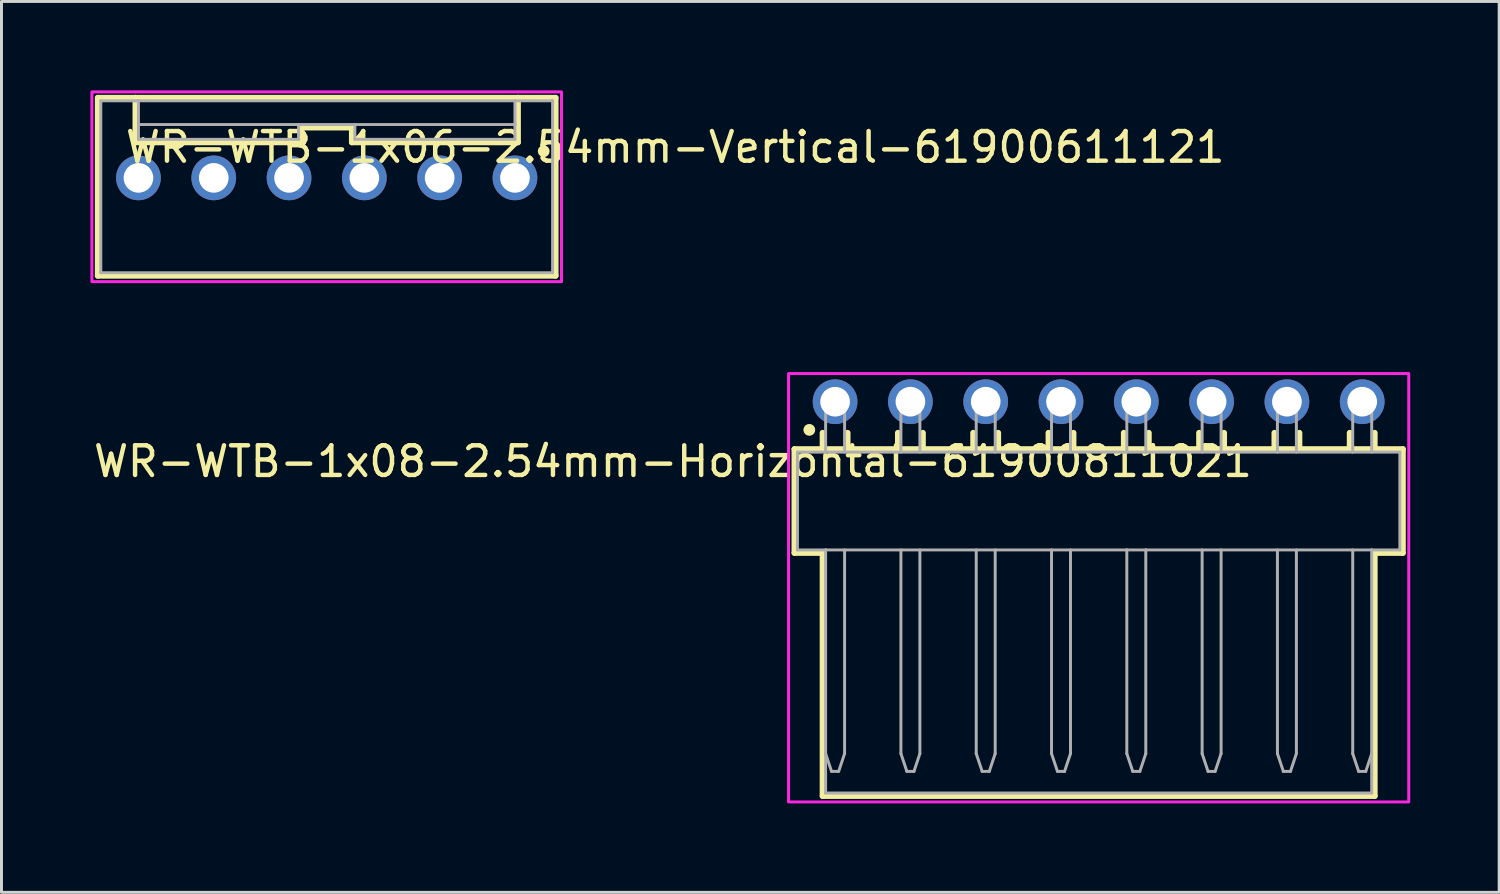
<source format=kicad_pcb>
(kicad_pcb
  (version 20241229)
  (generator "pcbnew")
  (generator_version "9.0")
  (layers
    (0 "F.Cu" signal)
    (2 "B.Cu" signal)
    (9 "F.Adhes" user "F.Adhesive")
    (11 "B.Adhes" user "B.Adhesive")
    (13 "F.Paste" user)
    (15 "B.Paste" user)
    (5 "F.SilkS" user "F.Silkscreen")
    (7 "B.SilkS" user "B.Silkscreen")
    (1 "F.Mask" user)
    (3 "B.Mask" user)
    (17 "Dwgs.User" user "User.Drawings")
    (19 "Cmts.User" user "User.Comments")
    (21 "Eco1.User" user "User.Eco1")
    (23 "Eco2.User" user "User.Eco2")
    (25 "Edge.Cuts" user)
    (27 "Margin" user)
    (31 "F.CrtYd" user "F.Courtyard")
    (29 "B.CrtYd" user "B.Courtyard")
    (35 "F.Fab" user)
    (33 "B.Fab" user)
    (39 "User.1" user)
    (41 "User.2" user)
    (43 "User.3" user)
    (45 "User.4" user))
  (footprint "WR-WTB-1x06-2.54mm-Vertical-61900611121"
    (layer "F.Cu")
    (at 7.97 3.25)
    (property "Reference" "WR-WTB-1x06-2.54mm-Vertical-61900611121" (at 11.755 -1.335 0) (layer "F.SilkS") (effects (font (size 1 1) (thickness 0.15))))
    (attr through_hole)
    (fp_line (start -7.72 -3) (end -6.45 -3) (stroke (width 0.2) (type solid)) (layer "F.SilkS"))
    (fp_line (start -7.72 3) (end -7.72 -3) (stroke (width 0.2) (type solid)) (layer "F.SilkS"))
    (fp_line (start -6.45 -3) (end -6.45 -1.5) (stroke (width 0.2) (type solid)) (layer "F.SilkS"))
    (fp_line (start -6.45 -3) (end 6.45 -3) (stroke (width 0.2) (type solid)) (layer "F.SilkS"))
    (fp_line (start -6.45 -1.5) (end -0.85 -1.5) (stroke (width 0.2) (type solid)) (layer "F.SilkS"))
    (fp_line (start -0.85 -2) (end -0.85 -1.5) (stroke (width 0.2) (type solid)) (layer "F.SilkS"))
    (fp_line (start -0.85 -2) (end 0.85 -2) (stroke (width 0.2) (type solid)) (layer "F.SilkS"))
    (fp_line (start 0.85 -2) (end 0.85 -1.5) (stroke (width 0.2) (type solid)) (layer "F.SilkS"))
    (fp_line (start 0.85 -1.5) (end 6.45 -1.5) (stroke (width 0.2) (type solid)) (layer "F.SilkS"))
    (fp_line (start 6.45 -3) (end 7.72 -3) (stroke (width 0.2) (type solid)) (layer "F.SilkS"))
    (fp_line (start 6.45 -1.5) (end 6.45 -3) (stroke (width 0.2) (type solid)) (layer "F.SilkS"))
    (fp_line (start 7.72 -3) (end 7.72 3) (stroke (width 0.2) (type solid)) (layer "F.SilkS"))
    (fp_line (start 7.72 3) (end -7.72 3) (stroke (width 0.2) (type solid)) (layer "F.SilkS"))
    (fp_circle (center 7.32 -1.2) (end 7.42 -1.2) (stroke (width 0.2) (type solid)) (fill no) (layer "F.SilkS"))
    (fp_poly (pts (xy -7.92 -3.2) (xy 7.92 -3.2) (xy 7.92 3.2) (xy -7.92 3.2)) (stroke (width 0.1) (type solid)) (fill no) (layer "F.CrtYd"))
    (fp_line (start -7.62 -2.9) (end -6.35 -2.9) (stroke (width 0.1) (type solid)) (layer "F.Fab"))
    (fp_line (start -7.62 2.9) (end -7.62 -2.9) (stroke (width 0.1) (type solid)) (layer "F.Fab"))
    (fp_line (start -6.35 -2.9) (end -6.35 -2.1) (stroke (width 0.1) (type solid)) (layer "F.Fab"))
    (fp_line (start -6.35 -2.9) (end 6.35 -2.9) (stroke (width 0.1) (type solid)) (layer "F.Fab"))
    (fp_line (start -6.35 -2.1) (end -0.95 -2.1) (stroke (width 0.1) (type solid)) (layer "F.Fab"))
    (fp_line (start -6.35 -1.6) (end -6.35 -2.1) (stroke (width 0.1) (type solid)) (layer "F.Fab"))
    (fp_line (start -0.95 -2.1) (end -0.95 -1.6) (stroke (width 0.1) (type solid)) (layer "F.Fab"))
    (fp_line (start -0.95 -2.1) (end 0.95 -2.1) (stroke (width 0.1) (type solid)) (layer "F.Fab"))
    (fp_line (start -0.95 -1.6) (end -6.35 -1.6) (stroke (width 0.1) (type solid)) (layer "F.Fab"))
    (fp_line (start 0.95 -2.1) (end 0.95 -1.6) (stroke (width 0.1) (type solid)) (layer "F.Fab"))
    (fp_line (start 0.95 -2.1) (end 6.35 -2.1) (stroke (width 0.1) (type solid)) (layer "F.Fab"))
    (fp_line (start 0.95 -1.6) (end 6.35 -1.6) (stroke (width 0.1) (type solid)) (layer "F.Fab"))
    (fp_line (start 6.35 -2.9) (end 7.62 -2.9) (stroke (width 0.1) (type solid)) (layer "F.Fab"))
    (fp_line (start 6.35 -2.1) (end 6.35 -2.9) (stroke (width 0.1) (type solid)) (layer "F.Fab"))
    (fp_line (start 6.35 -1.6) (end 6.35 -2.1) (stroke (width 0.1) (type solid)) (layer "F.Fab"))
    (fp_line (start 7.62 -2.9) (end 7.62 2.9) (stroke (width 0.1) (type solid)) (layer "F.Fab"))
    (fp_line (start 7.62 2.9) (end -7.62 2.9) (stroke (width 0.1) (type solid)) (layer "F.Fab"))
    (pad "1" thru_hole circle (at 6.35 -0.3) (size 1.508 1.508) (drill 1) (layers "*.Cu" "*.Mask"))
    (pad "2" thru_hole circle (at 3.81 -0.3) (size 1.508 1.508) (drill 1) (layers "*.Cu" "*.Mask"))
    (pad "3" thru_hole circle (at 1.27 -0.3) (size 1.508 1.508) (drill 1) (layers "*.Cu" "*.Mask"))
    (pad "4" thru_hole circle (at -1.27 -0.3) (size 1.508 1.508) (drill 1) (layers "*.Cu" "*.Mask"))
    (pad "5" thru_hole circle (at -3.81 -0.3) (size 1.508 1.508) (drill 1) (layers "*.Cu" "*.Mask"))
    (pad "6" thru_hole circle (at -6.35 -0.3) (size 1.508 1.508) (drill 1) (layers "*.Cu" "*.Mask")))
  (footprint "WR-WTB-1x08-2.54mm-Horizontal-61900811021"
    (layer "F.Cu")
    (at 34.009 13.85)
    (property "Reference" "WR-WTB-1x08-2.54mm-Horizontal-61900811021" (at -14.36 -1.335 0) (layer "F.SilkS") (effects (font (size 1 1) (thickness 0.15))))
    (attr through_hole)
    (fp_line (start -10.26 -1.75) (end -9.31 -1.75) (stroke (width 0.2) (type solid)) (layer "F.SilkS"))
    (fp_line (start -10.26 1.75) (end -10.26 -1.75) (stroke (width 0.2) (type solid)) (layer "F.SilkS"))
    (fp_line (start -9.31 -2.3) (end -9.31 -1.75) (stroke (width 0.2) (type solid)) (layer "F.SilkS"))
    (fp_line (start -9.31 -1.75) (end -8.47 -1.75) (stroke (width 0.2) (type solid)) (layer "F.SilkS"))
    (fp_line (start -9.31 1.75) (end -10.26 1.75) (stroke (width 0.2) (type solid)) (layer "F.SilkS"))
    (fp_line (start -9.31 9.95) (end -9.31 1.75) (stroke (width 0.2) (type solid)) (layer "F.SilkS"))
    (fp_line (start -8.47 -2.3) (end -8.47 -1.75) (stroke (width 0.2) (type solid)) (layer "F.SilkS"))
    (fp_line (start -8.47 -1.75) (end 10.26 -1.75) (stroke (width 0.2) (type solid)) (layer "F.SilkS"))
    (fp_line (start -6.77 -2.3) (end -6.77 -1.75) (stroke (width 0.2) (type solid)) (layer "F.SilkS"))
    (fp_line (start -5.93 -2.3) (end -5.93 -1.75) (stroke (width 0.2) (type solid)) (layer "F.SilkS"))
    (fp_line (start -4.23 -2.3) (end -4.23 -1.75) (stroke (width 0.2) (type solid)) (layer "F.SilkS"))
    (fp_line (start -3.39 -2.3) (end -3.39 -1.75) (stroke (width 0.2) (type solid)) (layer "F.SilkS"))
    (fp_line (start -1.69 -2.3) (end -1.69 -1.75) (stroke (width 0.2) (type solid)) (layer "F.SilkS"))
    (fp_line (start -0.85 -2.3) (end -0.85 -1.75) (stroke (width 0.2) (type solid)) (layer "F.SilkS"))
    (fp_line (start 0.85 -2.3) (end 0.85 -1.75) (stroke (width 0.2) (type solid)) (layer "F.SilkS"))
    (fp_line (start 1.69 -2.3) (end 1.69 -1.75) (stroke (width 0.2) (type solid)) (layer "F.SilkS"))
    (fp_line (start 3.39 -2.3) (end 3.39 -1.75) (stroke (width 0.2) (type solid)) (layer "F.SilkS"))
    (fp_line (start 4.23 -2.3) (end 4.23 -1.75) (stroke (width 0.2) (type solid)) (layer "F.SilkS"))
    (fp_line (start 5.93 -2.3) (end 5.93 -1.75) (stroke (width 0.2) (type solid)) (layer "F.SilkS"))
    (fp_line (start 6.77 -2.3) (end 6.77 -1.75) (stroke (width 0.2) (type solid)) (layer "F.SilkS"))
    (fp_line (start 8.47 -2.3) (end 8.47 -1.75) (stroke (width 0.2) (type solid)) (layer "F.SilkS"))
    (fp_line (start 9.31 -2.3) (end 9.31 -1.75) (stroke (width 0.2) (type solid)) (layer "F.SilkS"))
    (fp_line (start 9.31 1.75) (end 9.31 9.95) (stroke (width 0.2) (type solid)) (layer "F.SilkS"))
    (fp_line (start 9.31 9.95) (end -9.31 9.95) (stroke (width 0.2) (type solid)) (layer "F.SilkS"))
    (fp_line (start 10.26 -1.75) (end 10.26 1.75) (stroke (width 0.2) (type solid)) (layer "F.SilkS"))
    (fp_line (start 10.26 1.75) (end 9.31 1.75) (stroke (width 0.2) (type solid)) (layer "F.SilkS"))
    (fp_circle (center -9.76 -2.4) (end -9.66 -2.4) (stroke (width 0.2) (type solid)) (fill no) (layer "F.SilkS"))
    (fp_poly (pts (xy -10.46 -4.3) (xy 10.46 -4.3) (xy 10.46 10.15) (xy -10.46 10.15)) (stroke (width 0.1) (type solid)) (fill no) (layer "F.CrtYd"))
    (fp_line (start -10.16 -1.65) (end 0.95 -1.65) (stroke (width 0.1) (type solid)) (layer "F.Fab"))
    (fp_line (start -10.16 1.65) (end -10.16 -1.65) (stroke (width 0.1) (type solid)) (layer "F.Fab"))
    (fp_line (start -10.16 1.65) (end -9.21 1.65) (stroke (width 0.1) (type solid)) (layer "F.Fab"))
    (fp_line (start -9.21 -3.67) (end -9.21 -1.65) (stroke (width 0.1) (type solid)) (layer "F.Fab"))
    (fp_line (start -9.21 -3.67) (end -8.57 -3.67) (stroke (width 0.1) (type solid)) (layer "F.Fab"))
    (fp_line (start -9.21 1.65) (end -9.21 8.52) (stroke (width 0.1) (type solid)) (layer "F.Fab"))
    (fp_line (start -9.21 1.65) (end 0.95 1.65) (stroke (width 0.1) (type solid)) (layer "F.Fab"))
    (fp_line (start -9.21 8.52) (end -9.01 9.12) (stroke (width 0.1) (type solid)) (layer "F.Fab"))
    (fp_line (start -9.21 9.85) (end -9.21 8.52) (stroke (width 0.1) (type solid)) (layer "F.Fab"))
    (fp_line (start -9.01 9.12) (end -8.77 9.12) (stroke (width 0.1) (type solid)) (layer "F.Fab"))
    (fp_line (start -8.77 9.12) (end -8.57 8.52) (stroke (width 0.1) (type solid)) (layer "F.Fab"))
    (fp_line (start -8.57 -3.67) (end -8.57 -1.65) (stroke (width 0.1) (type solid)) (layer "F.Fab"))
    (fp_line (start -8.57 8.52) (end -8.57 1.65) (stroke (width 0.1) (type solid)) (layer "F.Fab"))
    (fp_line (start -6.67 -3.67) (end -6.67 -1.65) (stroke (width 0.1) (type solid)) (layer "F.Fab"))
    (fp_line (start -6.67 -3.67) (end -6.03 -3.67) (stroke (width 0.1) (type solid)) (layer "F.Fab"))
    (fp_line (start -6.67 1.65) (end -6.67 8.52) (stroke (width 0.1) (type solid)) (layer "F.Fab"))
    (fp_line (start -6.67 8.52) (end -6.47 9.12) (stroke (width 0.1) (type solid)) (layer "F.Fab"))
    (fp_line (start -6.47 9.12) (end -6.23 9.12) (stroke (width 0.1) (type solid)) (layer "F.Fab"))
    (fp_line (start -6.23 9.12) (end -6.03 8.52) (stroke (width 0.1) (type solid)) (layer "F.Fab"))
    (fp_line (start -6.03 -3.67) (end -6.03 -1.65) (stroke (width 0.1) (type solid)) (layer "F.Fab"))
    (fp_line (start -6.03 8.52) (end -6.03 1.65) (stroke (width 0.1) (type solid)) (layer "F.Fab"))
    (fp_line (start -4.13 -3.67) (end -4.13 -1.65) (stroke (width 0.1) (type solid)) (layer "F.Fab"))
    (fp_line (start -4.13 -3.67) (end -3.49 -3.67) (stroke (width 0.1) (type solid)) (layer "F.Fab"))
    (fp_line (start -4.13 1.65) (end -4.13 8.52) (stroke (width 0.1) (type solid)) (layer "F.Fab"))
    (fp_line (start -4.13 8.52) (end -3.93 9.12) (stroke (width 0.1) (type solid)) (layer "F.Fab"))
    (fp_line (start -3.93 9.12) (end -3.69 9.12) (stroke (width 0.1) (type solid)) (layer "F.Fab"))
    (fp_line (start -3.69 9.12) (end -3.49 8.52) (stroke (width 0.1) (type solid)) (layer "F.Fab"))
    (fp_line (start -3.49 -3.67) (end -3.49 -1.65) (stroke (width 0.1) (type solid)) (layer "F.Fab"))
    (fp_line (start -3.49 8.52) (end -3.49 1.65) (stroke (width 0.1) (type solid)) (layer "F.Fab"))
    (fp_line (start -1.59 -3.67) (end -1.59 -1.65) (stroke (width 0.1) (type solid)) (layer "F.Fab"))
    (fp_line (start -1.59 -3.67) (end -0.95 -3.67) (stroke (width 0.1) (type solid)) (layer "F.Fab"))
    (fp_line (start -1.59 1.65) (end -1.59 8.52) (stroke (width 0.1) (type solid)) (layer "F.Fab"))
    (fp_line (start -1.59 8.52) (end -1.39 9.12) (stroke (width 0.1) (type solid)) (layer "F.Fab"))
    (fp_line (start -1.39 9.12) (end -1.15 9.12) (stroke (width 0.1) (type solid)) (layer "F.Fab"))
    (fp_line (start -1.15 9.12) (end -0.95 8.52) (stroke (width 0.1) (type solid)) (layer "F.Fab"))
    (fp_line (start -0.95 -3.67) (end -0.95 -1.65) (stroke (width 0.1) (type solid)) (layer "F.Fab"))
    (fp_line (start -0.95 8.52) (end -0.95 1.65) (stroke (width 0.1) (type solid)) (layer "F.Fab"))
    (fp_line (start 0.95 -3.67) (end 0.95 -1.65) (stroke (width 0.1) (type solid)) (layer "F.Fab"))
    (fp_line (start 0.95 -3.67) (end 1.59 -3.67) (stroke (width 0.1) (type solid)) (layer "F.Fab"))
    (fp_line (start 0.95 -1.65) (end 1.59 -1.65) (stroke (width 0.1) (type solid)) (layer "F.Fab"))
    (fp_line (start 0.95 1.65) (end 0.95 8.52) (stroke (width 0.1) (type solid)) (layer "F.Fab"))
    (fp_line (start 0.95 1.65) (end 1.59 1.65) (stroke (width 0.1) (type solid)) (layer "F.Fab"))
    (fp_line (start 0.95 8.52) (end 1.15 9.12) (stroke (width 0.1) (type solid)) (layer "F.Fab"))
    (fp_line (start 1.15 9.12) (end 1.39 9.12) (stroke (width 0.1) (type solid)) (layer "F.Fab"))
    (fp_line (start 1.39 9.12) (end 1.59 8.52) (stroke (width 0.1) (type solid)) (layer "F.Fab"))
    (fp_line (start 1.59 -3.67) (end 1.59 -1.65) (stroke (width 0.1) (type solid)) (layer "F.Fab"))
    (fp_line (start 1.59 -1.65) (end 10.16 -1.65) (stroke (width 0.1) (type solid)) (layer "F.Fab"))
    (fp_line (start 1.59 1.65) (end 9.21 1.65) (stroke (width 0.1) (type solid)) (layer "F.Fab"))
    (fp_line (start 1.59 8.52) (end 1.59 1.65) (stroke (width 0.1) (type solid)) (layer "F.Fab"))
    (fp_line (start 3.49 -3.67) (end 3.49 -1.65) (stroke (width 0.1) (type solid)) (layer "F.Fab"))
    (fp_line (start 3.49 -3.67) (end 4.13 -3.67) (stroke (width 0.1) (type solid)) (layer "F.Fab"))
    (fp_line (start 3.49 1.65) (end 3.49 8.52) (stroke (width 0.1) (type solid)) (layer "F.Fab"))
    (fp_line (start 3.49 8.52) (end 3.69 9.12) (stroke (width 0.1) (type solid)) (layer "F.Fab"))
    (fp_line (start 3.69 9.12) (end 3.93 9.12) (stroke (width 0.1) (type solid)) (layer "F.Fab"))
    (fp_line (start 3.93 9.12) (end 4.13 8.52) (stroke (width 0.1) (type solid)) (layer "F.Fab"))
    (fp_line (start 4.13 -3.67) (end 4.13 -1.65) (stroke (width 0.1) (type solid)) (layer "F.Fab"))
    (fp_line (start 4.13 8.52) (end 4.13 1.65) (stroke (width 0.1) (type solid)) (layer "F.Fab"))
    (fp_line (start 6.03 -3.67) (end 6.03 -1.65) (stroke (width 0.1) (type solid)) (layer "F.Fab"))
    (fp_line (start 6.03 -3.67) (end 6.67 -3.67) (stroke (width 0.1) (type solid)) (layer "F.Fab"))
    (fp_line (start 6.03 1.65) (end 6.03 8.52) (stroke (width 0.1) (type solid)) (layer "F.Fab"))
    (fp_line (start 6.03 8.52) (end 6.23 9.12) (stroke (width 0.1) (type solid)) (layer "F.Fab"))
    (fp_line (start 6.23 9.12) (end 6.47 9.12) (stroke (width 0.1) (type solid)) (layer "F.Fab"))
    (fp_line (start 6.47 9.12) (end 6.67 8.52) (stroke (width 0.1) (type solid)) (layer "F.Fab"))
    (fp_line (start 6.67 -3.67) (end 6.67 -1.65) (stroke (width 0.1) (type solid)) (layer "F.Fab"))
    (fp_line (start 6.67 8.52) (end 6.67 1.65) (stroke (width 0.1) (type solid)) (layer "F.Fab"))
    (fp_line (start 8.57 -3.67) (end 8.57 -1.65) (stroke (width 0.1) (type solid)) (layer "F.Fab"))
    (fp_line (start 8.57 -3.67) (end 9.21 -3.67) (stroke (width 0.1) (type solid)) (layer "F.Fab"))
    (fp_line (start 8.57 1.65) (end 8.57 8.52) (stroke (width 0.1) (type solid)) (layer "F.Fab"))
    (fp_line (start 8.57 8.52) (end 8.77 9.12) (stroke (width 0.1) (type solid)) (layer "F.Fab"))
    (fp_line (start 8.77 9.12) (end 9.01 9.12) (stroke (width 0.1) (type solid)) (layer "F.Fab"))
    (fp_line (start 9.01 9.12) (end 9.21 8.52) (stroke (width 0.1) (type solid)) (layer "F.Fab"))
    (fp_line (start 9.21 -3.67) (end 9.21 -1.65) (stroke (width 0.1) (type solid)) (layer "F.Fab"))
    (fp_line (start 9.21 1.65) (end 10.16 1.65) (stroke (width 0.1) (type solid)) (layer "F.Fab"))
    (fp_line (start 9.21 8.52) (end 9.21 1.65) (stroke (width 0.1) (type solid)) (layer "F.Fab"))
    (fp_line (start 9.21 9.85) (end -9.21 9.85) (stroke (width 0.1) (type solid)) (layer "F.Fab"))
    (fp_line (start 9.21 9.85) (end 9.21 8.52) (stroke (width 0.1) (type solid)) (layer "F.Fab"))
    (fp_line (start 10.16 -1.65) (end 10.16 1.65) (stroke (width 0.1) (type solid)) (layer "F.Fab"))
    (pad "1" thru_hole circle (at -8.89 -3.35) (size 1.508 1.508) (drill 1) (layers "*.Cu" "*.Mask"))
    (pad "2" thru_hole circle (at -6.35 -3.35) (size 1.508 1.508) (drill 1) (layers "*.Cu" "*.Mask"))
    (pad "3" thru_hole circle (at -3.81 -3.35) (size 1.508 1.508) (drill 1) (layers "*.Cu" "*.Mask"))
    (pad "4" thru_hole circle (at -1.27 -3.35) (size 1.508 1.508) (drill 1) (layers "*.Cu" "*.Mask"))
    (pad "5" thru_hole circle (at 1.27 -3.35) (size 1.508 1.508) (drill 1) (layers "*.Cu" "*.Mask"))
    (pad "6" thru_hole circle (at 3.81 -3.35) (size 1.508 1.508) (drill 1) (layers "*.Cu" "*.Mask"))
    (pad "7" thru_hole circle (at 6.35 -3.35) (size 1.508 1.508) (drill 1) (layers "*.Cu" "*.Mask"))
    (pad "8" thru_hole circle (at 8.89 -3.35) (size 1.508 1.508) (drill 1) (layers "*.Cu" "*.Mask")))
  (gr_rect
    (start -3 -3)
    (end 47.519 27.05)
    (stroke (width 0.1) (type default))
    (fill no)
    (layer "Edge.Cuts")))
</source>
